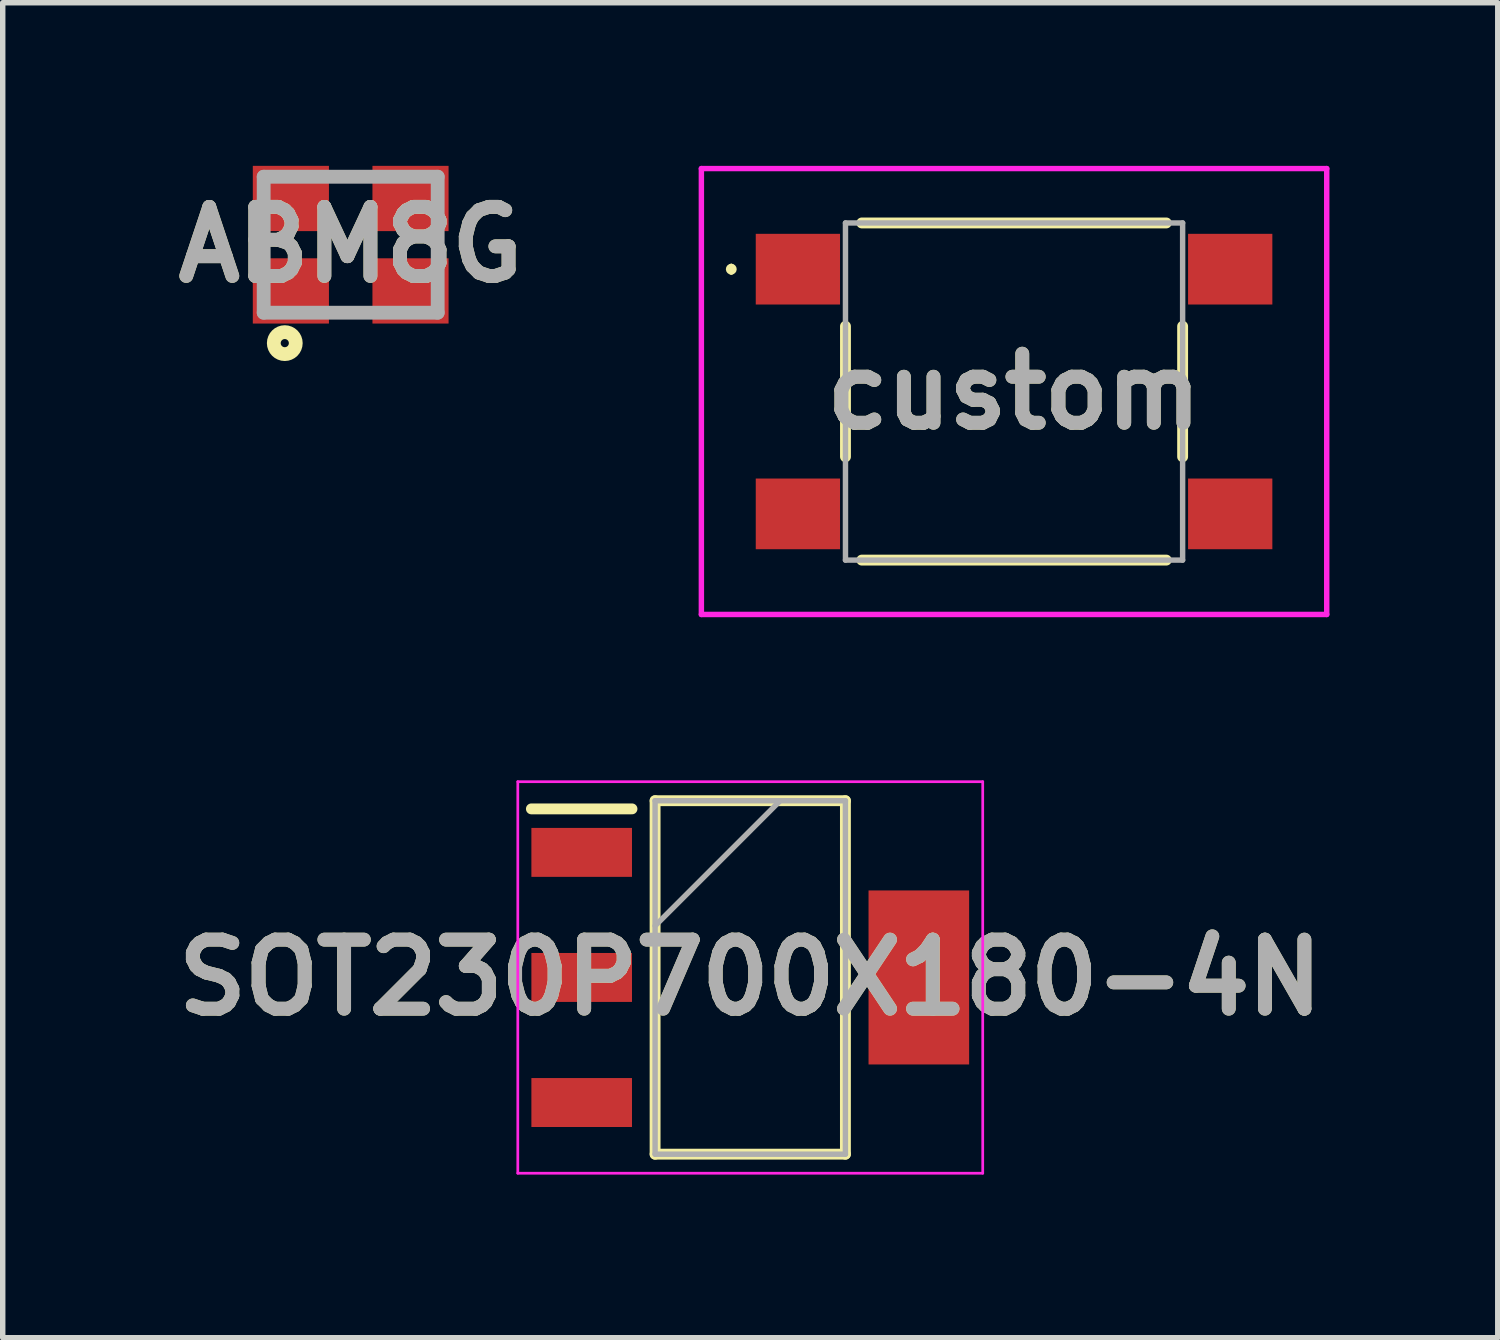
<source format=kicad_pcb>
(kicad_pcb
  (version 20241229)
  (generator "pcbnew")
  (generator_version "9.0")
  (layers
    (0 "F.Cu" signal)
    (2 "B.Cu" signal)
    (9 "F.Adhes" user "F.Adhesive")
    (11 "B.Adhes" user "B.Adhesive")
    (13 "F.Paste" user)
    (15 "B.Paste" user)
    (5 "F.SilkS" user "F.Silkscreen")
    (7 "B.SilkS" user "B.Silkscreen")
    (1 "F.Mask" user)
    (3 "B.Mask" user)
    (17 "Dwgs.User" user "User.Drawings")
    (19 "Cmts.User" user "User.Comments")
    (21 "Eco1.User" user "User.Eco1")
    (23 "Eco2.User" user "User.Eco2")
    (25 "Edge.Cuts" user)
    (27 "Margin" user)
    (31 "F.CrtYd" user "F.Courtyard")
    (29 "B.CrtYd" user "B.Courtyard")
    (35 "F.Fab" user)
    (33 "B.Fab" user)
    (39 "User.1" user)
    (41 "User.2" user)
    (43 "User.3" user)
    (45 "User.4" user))
  (footprint "custom"
    (layer "F.Cu")
    (at 15.598 4.15)
    (property "Reference" "custom" (at 0 0 0) (layer "F.SilkS") (effects (font (size 1.27 1.27) (thickness 0.254))))
    (attr smd)
    (fp_line (start -5.2 -2.3) (end -5.2 -2.3) (stroke (width 0.1) (type solid)) (layer "F.SilkS"))
    (fp_line (start -5.2 -2.2) (end -5.2 -2.2) (stroke (width 0.1) (type solid)) (layer "F.SilkS"))
    (fp_line (start -3.1 1.2) (end -3.1 -1.2) (stroke (width 0.2) (type solid)) (layer "F.SilkS"))
    (fp_line (start -2.8 -3.1) (end 2.8 -3.1) (stroke (width 0.2) (type solid)) (layer "F.SilkS"))
    (fp_line (start -2.8 3.1) (end 2.8 3.1) (stroke (width 0.2) (type solid)) (layer "F.SilkS"))
    (fp_line (start 3.1 1.2) (end 3.1 -1.2) (stroke (width 0.2) (type solid)) (layer "F.SilkS"))
    (fp_arc (start -5.2 -2.3) (mid -5.15 -2.25) (end -5.2 -2.2) (stroke (width 0.1) (type solid)) (layer "F.SilkS"))
    (fp_arc (start -5.2 -2.2) (mid -5.25 -2.25) (end -5.2 -2.3) (stroke (width 0.1) (type solid)) (layer "F.SilkS"))
    (fp_line (start -5.75 -4.1) (end 5.75 -4.1) (stroke (width 0.1) (type solid)) (layer "F.CrtYd"))
    (fp_line (start -5.75 4.1) (end -5.75 -4.1) (stroke (width 0.1) (type solid)) (layer "F.CrtYd"))
    (fp_line (start 5.75 -4.1) (end 5.75 4.1) (stroke (width 0.1) (type solid)) (layer "F.CrtYd"))
    (fp_line (start 5.75 4.1) (end -5.75 4.1) (stroke (width 0.1) (type solid)) (layer "F.CrtYd"))
    (fp_line (start -3.1 -3.1) (end 3.1 -3.1) (stroke (width 0.1) (type solid)) (layer "F.Fab"))
    (fp_line (start -3.1 3.1) (end -3.1 -3.1) (stroke (width 0.1) (type solid)) (layer "F.Fab"))
    (fp_line (start 3.1 -3.1) (end 3.1 3.1) (stroke (width 0.1) (type solid)) (layer "F.Fab"))
    (fp_line (start 3.1 3.1) (end -3.1 3.1) (stroke (width 0.1) (type solid)) (layer "F.Fab"))
    (fp_text user "${REFERENCE}" (at 0 0 0) (layer "F.Fab") (effects (font (size 1.27 1.27) (thickness 0.254))))
    (pad "1" smd rect (at -3.975 -2.25 90) (size 1.3 1.55) (layers "F.Cu" "F.Mask" "F.Paste"))
    (pad "2" smd rect (at -3.975 2.25 90) (size 1.3 1.55) (layers "F.Cu" "F.Mask" "F.Paste"))
    (pad "3" smd rect (at 3.975 -2.25 90) (size 1.3 1.55) (layers "F.Cu" "F.Mask" "F.Paste"))
    (pad "4" smd rect (at 3.975 2.25 90) (size 1.3 1.55) (layers "F.Cu" "F.Mask" "F.Paste")))
  (footprint "SOT230P700X180-4N"
    (layer "F.Cu")
    (at 10.747 14.925)
    (property "Reference" "SOT230P700X180-4N" (at 0 0 0) (layer "F.SilkS") (effects (font (size 1.27 1.27) (thickness 0.254))))
    (attr smd)
    (fp_line (start -4.025 -3.1) (end -2.175 -3.1) (stroke (width 0.2) (type solid)) (layer "F.SilkS"))
    (fp_line (start -1.75 -3.25) (end 1.75 -3.25) (stroke (width 0.2) (type solid)) (layer "F.SilkS"))
    (fp_line (start -1.75 3.25) (end -1.75 -3.25) (stroke (width 0.2) (type solid)) (layer "F.SilkS"))
    (fp_line (start 1.75 -3.25) (end 1.75 3.25) (stroke (width 0.2) (type solid)) (layer "F.SilkS"))
    (fp_line (start 1.75 3.25) (end -1.75 3.25) (stroke (width 0.2) (type solid)) (layer "F.SilkS"))
    (fp_line (start -4.275 -3.6) (end 4.275 -3.6) (stroke (width 0.05) (type solid)) (layer "F.CrtYd"))
    (fp_line (start -4.275 3.6) (end -4.275 -3.6) (stroke (width 0.05) (type solid)) (layer "F.CrtYd"))
    (fp_line (start 4.275 -3.6) (end 4.275 3.6) (stroke (width 0.05) (type solid)) (layer "F.CrtYd"))
    (fp_line (start 4.275 3.6) (end -4.275 3.6) (stroke (width 0.05) (type solid)) (layer "F.CrtYd"))
    (fp_line (start -1.75 -3.25) (end 1.75 -3.25) (stroke (width 0.1) (type solid)) (layer "F.Fab"))
    (fp_line (start -1.75 -0.95) (end 0.55 -3.25) (stroke (width 0.1) (type solid)) (layer "F.Fab"))
    (fp_line (start -1.75 3.25) (end -1.75 -3.25) (stroke (width 0.1) (type solid)) (layer "F.Fab"))
    (fp_line (start 1.75 -3.25) (end 1.75 3.25) (stroke (width 0.1) (type solid)) (layer "F.Fab"))
    (fp_line (start 1.75 3.25) (end -1.75 3.25) (stroke (width 0.1) (type solid)) (layer "F.Fab"))
    (fp_text user "${REFERENCE}" (at 0 0 0) (layer "F.Fab") (effects (font (size 1.27 1.27) (thickness 0.254))))
    (pad "1" smd rect (at -3.1 -2.3 90) (size 0.9 1.85) (layers "F.Cu" "F.Mask" "F.Paste"))
    (pad "2" smd rect (at -3.1 0 90) (size 0.9 1.85) (layers "F.Cu" "F.Mask" "F.Paste"))
    (pad "3" smd rect (at -3.1 2.3 90) (size 0.9 1.85) (layers "F.Cu" "F.Mask" "F.Paste"))
    (pad "4" smd rect (at 3.1 0) (size 1.85 3.2) (layers "F.Cu" "F.Mask" "F.Paste")))
  (footprint "ABM8G"
    (layer "F.Cu")
    (at 3.399 1.45)
    (property "Reference" "ABM8G" (at 0 0 0) (layer "F.SilkS") (effects (font (size 1.27 1.27) (thickness 0.254))))
    (attr smd)
    (fp_circle (center -1.212 1.81) (end -1.212 1.885) (stroke (width 0.254) (type solid)) (fill no) (layer "F.SilkS"))
    (fp_line (start -1.6 -1.25) (end 1.6 -1.25) (stroke (width 0.254) (type solid)) (layer "F.Fab"))
    (fp_line (start -1.6 1.25) (end -1.6 -1.25) (stroke (width 0.254) (type solid)) (layer "F.Fab"))
    (fp_line (start 1.6 -1.25) (end 1.6 1.25) (stroke (width 0.254) (type solid)) (layer "F.Fab"))
    (fp_line (start 1.6 1.25) (end -1.6 1.25) (stroke (width 0.254) (type solid)) (layer "F.Fab"))
    (fp_text user "${REFERENCE}" (at 0 0 0) (layer "F.Fab") (effects (font (size 1.27 1.27) (thickness 0.254))))
    (pad "1" smd rect (at -1.1 0.85 90) (size 1.2 1.4) (layers "F.Cu" "F.Mask" "F.Paste"))
    (pad "2" smd rect (at 1.1 0.85 90) (size 1.2 1.4) (layers "F.Cu" "F.Mask" "F.Paste"))
    (pad "3" smd rect (at 1.1 -0.85 90) (size 1.2 1.4) (layers "F.Cu" "F.Mask" "F.Paste"))
    (pad "4" smd rect (at -1.1 -0.85 90) (size 1.2 1.4) (layers "F.Cu" "F.Mask" "F.Paste")))
  (gr_rect
    (start -3 -3)
    (end 24.493 21.55)
    (stroke (width 0.1) (type default))
    (fill no)
    (layer "Edge.Cuts")))
</source>
